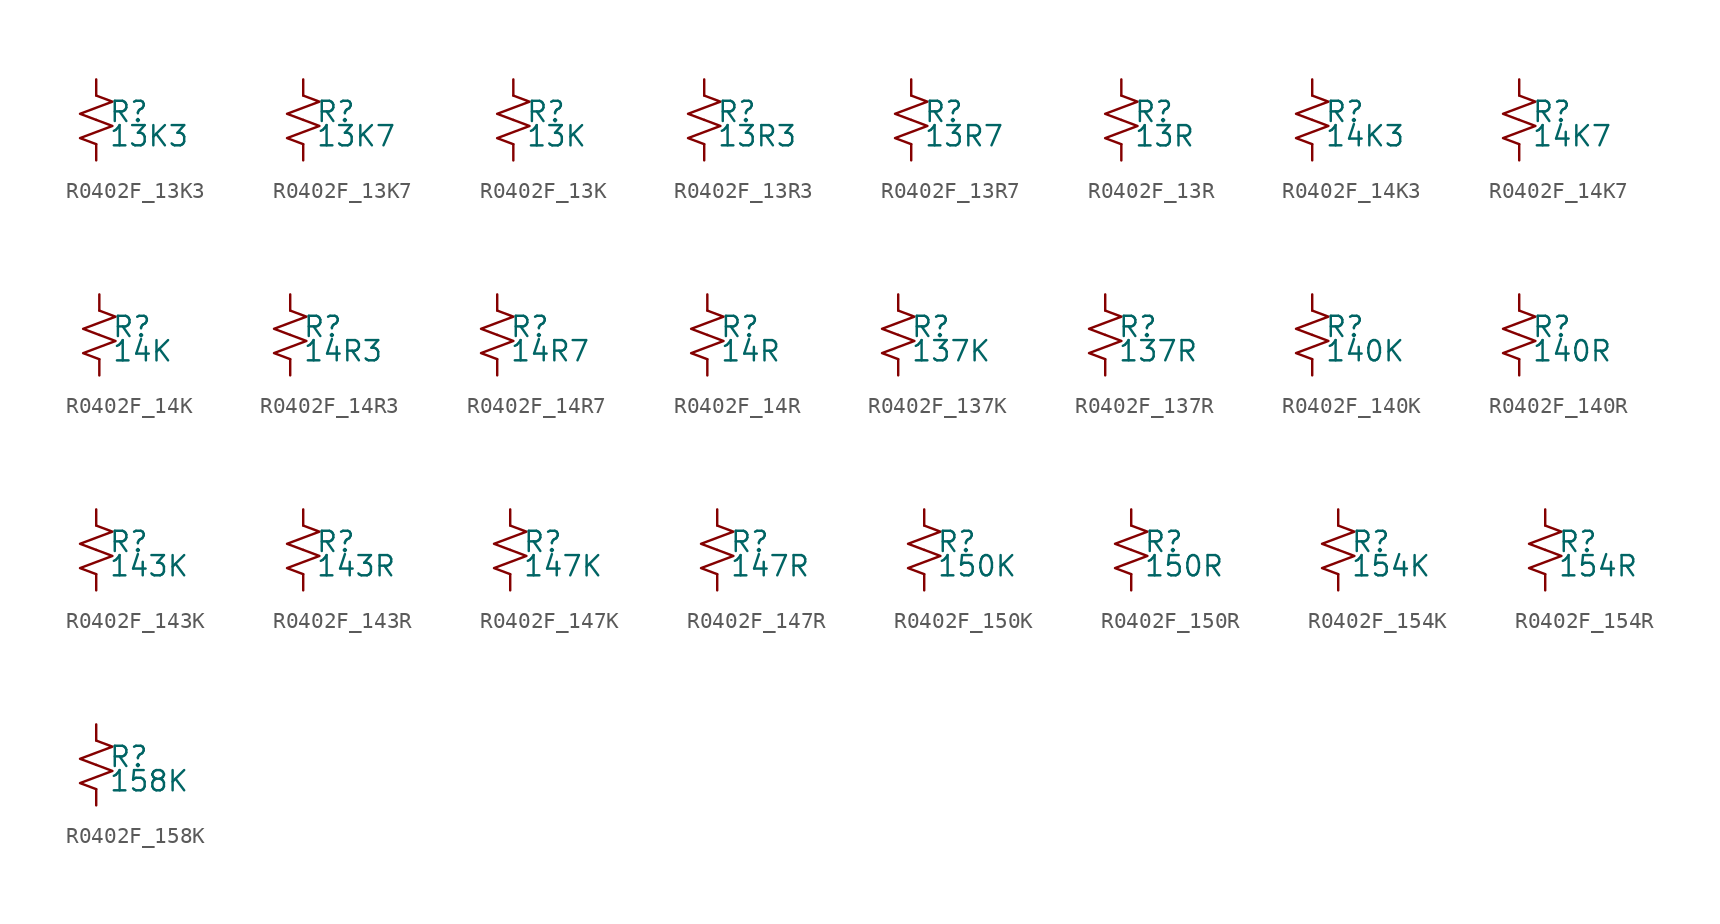
<source format=kicad_sym>
(kicad_symbol_lib
  (version 20220914)
  (generator kicad_symbol_editor)
  (symbol "R0402F_13K3"
    (pin_numbers hide)
    (pin_names
      (offset 0.254) hide)
    (property "Reference" "R"
      (at 0.762 0.508 0)
      (effects (font (size 1.27 1.27)) (justify left)))
    (property "Value" "13K3"
      (at 0.762 -1.016 0)
      (effects (font (size 1.27 1.27)) (justify left)))
    (symbol "R0402F_13K3_1_1"
      (polyline (pts (xy 0 0) (xy 1.016 -0.381) (xy 0 -0.762) (xy -1.016 -1.143) (xy 0 -1.524)) (stroke (width 0) (type default)) (fill (type none)))
      (polyline (pts (xy 0 1.524) (xy 1.016 1.143) (xy 0 0.762) (xy -1.016 0.381) (xy 0 0)) (stroke (width 0) (type default)) (fill (type none)))
      (pin passive line (at 0 2.54 270) (length 1.016) (name "~" (effects (font (size 1.27 1.27)))) (number "1" (effects (font (size 1.27 1.27)))))
      (pin passive line (at 0 -2.54 90) (length 1.016) (name "~" (effects (font (size 1.27 1.27)))) (number "2" (effects (font (size 1.27 1.27)))))))
  (symbol "R0402F_13K7"
    (pin_numbers hide)
    (pin_names
      (offset 0.254) hide)
    (property "Reference" "R"
      (at 0.762 0.508 0)
      (effects (font (size 1.27 1.27)) (justify left)))
    (property "Value" "13K7"
      (at 0.762 -1.016 0)
      (effects (font (size 1.27 1.27)) (justify left)))
    (symbol "R0402F_13K7_1_1"
      (polyline (pts (xy 0 0) (xy 1.016 -0.381) (xy 0 -0.762) (xy -1.016 -1.143) (xy 0 -1.524)) (stroke (width 0) (type default)) (fill (type none)))
      (polyline (pts (xy 0 1.524) (xy 1.016 1.143) (xy 0 0.762) (xy -1.016 0.381) (xy 0 0)) (stroke (width 0) (type default)) (fill (type none)))
      (pin passive line (at 0 2.54 270) (length 1.016) (name "~" (effects (font (size 1.27 1.27)))) (number "1" (effects (font (size 1.27 1.27)))))
      (pin passive line (at 0 -2.54 90) (length 1.016) (name "~" (effects (font (size 1.27 1.27)))) (number "2" (effects (font (size 1.27 1.27)))))))
  (symbol "R0402F_13K"
    (pin_numbers hide)
    (pin_names
      (offset 0.254) hide)
    (property "Reference" "R"
      (at 0.762 0.508 0)
      (effects (font (size 1.27 1.27)) (justify left)))
    (property "Value" "13K"
      (at 0.762 -1.016 0)
      (effects (font (size 1.27 1.27)) (justify left)))
    (symbol "R0402F_13K_1_1"
      (polyline (pts (xy 0 0) (xy 1.016 -0.381) (xy 0 -0.762) (xy -1.016 -1.143) (xy 0 -1.524)) (stroke (width 0) (type default)) (fill (type none)))
      (polyline (pts (xy 0 1.524) (xy 1.016 1.143) (xy 0 0.762) (xy -1.016 0.381) (xy 0 0)) (stroke (width 0) (type default)) (fill (type none)))
      (pin passive line (at 0 2.54 270) (length 1.016) (name "~" (effects (font (size 1.27 1.27)))) (number "1" (effects (font (size 1.27 1.27)))))
      (pin passive line (at 0 -2.54 90) (length 1.016) (name "~" (effects (font (size 1.27 1.27)))) (number "2" (effects (font (size 1.27 1.27)))))))
  (symbol "R0402F_13R3"
    (pin_numbers hide)
    (pin_names
      (offset 0.254) hide)
    (property "Reference" "R"
      (at 0.762 0.508 0)
      (effects (font (size 1.27 1.27)) (justify left)))
    (property "Value" "13R3"
      (at 0.762 -1.016 0)
      (effects (font (size 1.27 1.27)) (justify left)))
    (symbol "R0402F_13R3_1_1"
      (polyline (pts (xy 0 0) (xy 1.016 -0.381) (xy 0 -0.762) (xy -1.016 -1.143) (xy 0 -1.524)) (stroke (width 0) (type default)) (fill (type none)))
      (polyline (pts (xy 0 1.524) (xy 1.016 1.143) (xy 0 0.762) (xy -1.016 0.381) (xy 0 0)) (stroke (width 0) (type default)) (fill (type none)))
      (pin passive line (at 0 2.54 270) (length 1.016) (name "~" (effects (font (size 1.27 1.27)))) (number "1" (effects (font (size 1.27 1.27)))))
      (pin passive line (at 0 -2.54 90) (length 1.016) (name "~" (effects (font (size 1.27 1.27)))) (number "2" (effects (font (size 1.27 1.27)))))))
  (symbol "R0402F_13R7"
    (pin_numbers hide)
    (pin_names
      (offset 0.254) hide)
    (property "Reference" "R"
      (at 0.762 0.508 0)
      (effects (font (size 1.27 1.27)) (justify left)))
    (property "Value" "13R7"
      (at 0.762 -1.016 0)
      (effects (font (size 1.27 1.27)) (justify left)))
    (symbol "R0402F_13R7_1_1"
      (polyline (pts (xy 0 0) (xy 1.016 -0.381) (xy 0 -0.762) (xy -1.016 -1.143) (xy 0 -1.524)) (stroke (width 0) (type default)) (fill (type none)))
      (polyline (pts (xy 0 1.524) (xy 1.016 1.143) (xy 0 0.762) (xy -1.016 0.381) (xy 0 0)) (stroke (width 0) (type default)) (fill (type none)))
      (pin passive line (at 0 2.54 270) (length 1.016) (name "~" (effects (font (size 1.27 1.27)))) (number "1" (effects (font (size 1.27 1.27)))))
      (pin passive line (at 0 -2.54 90) (length 1.016) (name "~" (effects (font (size 1.27 1.27)))) (number "2" (effects (font (size 1.27 1.27)))))))
  (symbol "R0402F_13R"
    (pin_numbers hide)
    (pin_names
      (offset 0.254) hide)
    (property "Reference" "R"
      (at 0.762 0.508 0)
      (effects (font (size 1.27 1.27)) (justify left)))
    (property "Value" "13R"
      (at 0.762 -1.016 0)
      (effects (font (size 1.27 1.27)) (justify left)))
    (symbol "R0402F_13R_1_1"
      (polyline (pts (xy 0 0) (xy 1.016 -0.381) (xy 0 -0.762) (xy -1.016 -1.143) (xy 0 -1.524)) (stroke (width 0) (type default)) (fill (type none)))
      (polyline (pts (xy 0 1.524) (xy 1.016 1.143) (xy 0 0.762) (xy -1.016 0.381) (xy 0 0)) (stroke (width 0) (type default)) (fill (type none)))
      (pin passive line (at 0 2.54 270) (length 1.016) (name "~" (effects (font (size 1.27 1.27)))) (number "1" (effects (font (size 1.27 1.27)))))
      (pin passive line (at 0 -2.54 90) (length 1.016) (name "~" (effects (font (size 1.27 1.27)))) (number "2" (effects (font (size 1.27 1.27)))))))
  (symbol "R0402F_14K3"
    (pin_numbers hide)
    (pin_names
      (offset 0.254) hide)
    (property "Reference" "R"
      (at 0.762 0.508 0)
      (effects (font (size 1.27 1.27)) (justify left)))
    (property "Value" "14K3"
      (at 0.762 -1.016 0)
      (effects (font (size 1.27 1.27)) (justify left)))
    (symbol "R0402F_14K3_1_1"
      (polyline (pts (xy 0 0) (xy 1.016 -0.381) (xy 0 -0.762) (xy -1.016 -1.143) (xy 0 -1.524)) (stroke (width 0) (type default)) (fill (type none)))
      (polyline (pts (xy 0 1.524) (xy 1.016 1.143) (xy 0 0.762) (xy -1.016 0.381) (xy 0 0)) (stroke (width 0) (type default)) (fill (type none)))
      (pin passive line (at 0 2.54 270) (length 1.016) (name "~" (effects (font (size 1.27 1.27)))) (number "1" (effects (font (size 1.27 1.27)))))
      (pin passive line (at 0 -2.54 90) (length 1.016) (name "~" (effects (font (size 1.27 1.27)))) (number "2" (effects (font (size 1.27 1.27)))))))
  (symbol "R0402F_14K7"
    (pin_numbers hide)
    (pin_names
      (offset 0.254) hide)
    (property "Reference" "R"
      (at 0.762 0.508 0)
      (effects (font (size 1.27 1.27)) (justify left)))
    (property "Value" "14K7"
      (at 0.762 -1.016 0)
      (effects (font (size 1.27 1.27)) (justify left)))
    (symbol "R0402F_14K7_1_1"
      (polyline (pts (xy 0 0) (xy 1.016 -0.381) (xy 0 -0.762) (xy -1.016 -1.143) (xy 0 -1.524)) (stroke (width 0) (type default)) (fill (type none)))
      (polyline (pts (xy 0 1.524) (xy 1.016 1.143) (xy 0 0.762) (xy -1.016 0.381) (xy 0 0)) (stroke (width 0) (type default)) (fill (type none)))
      (pin passive line (at 0 2.54 270) (length 1.016) (name "~" (effects (font (size 1.27 1.27)))) (number "1" (effects (font (size 1.27 1.27)))))
      (pin passive line (at 0 -2.54 90) (length 1.016) (name "~" (effects (font (size 1.27 1.27)))) (number "2" (effects (font (size 1.27 1.27)))))))
  (symbol "R0402F_14K"
    (pin_numbers hide)
    (pin_names
      (offset 0.254) hide)
    (property "Reference" "R"
      (at 0.762 0.508 0)
      (effects (font (size 1.27 1.27)) (justify left)))
    (property "Value" "14K"
      (at 0.762 -1.016 0)
      (effects (font (size 1.27 1.27)) (justify left)))
    (symbol "R0402F_14K_1_1"
      (polyline (pts (xy 0 0) (xy 1.016 -0.381) (xy 0 -0.762) (xy -1.016 -1.143) (xy 0 -1.524)) (stroke (width 0) (type default)) (fill (type none)))
      (polyline (pts (xy 0 1.524) (xy 1.016 1.143) (xy 0 0.762) (xy -1.016 0.381) (xy 0 0)) (stroke (width 0) (type default)) (fill (type none)))
      (pin passive line (at 0 2.54 270) (length 1.016) (name "~" (effects (font (size 1.27 1.27)))) (number "1" (effects (font (size 1.27 1.27)))))
      (pin passive line (at 0 -2.54 90) (length 1.016) (name "~" (effects (font (size 1.27 1.27)))) (number "2" (effects (font (size 1.27 1.27)))))))
  (symbol "R0402F_14R3"
    (pin_numbers hide)
    (pin_names
      (offset 0.254) hide)
    (property "Reference" "R"
      (at 0.762 0.508 0)
      (effects (font (size 1.27 1.27)) (justify left)))
    (property "Value" "14R3"
      (at 0.762 -1.016 0)
      (effects (font (size 1.27 1.27)) (justify left)))
    (symbol "R0402F_14R3_1_1"
      (polyline (pts (xy 0 0) (xy 1.016 -0.381) (xy 0 -0.762) (xy -1.016 -1.143) (xy 0 -1.524)) (stroke (width 0) (type default)) (fill (type none)))
      (polyline (pts (xy 0 1.524) (xy 1.016 1.143) (xy 0 0.762) (xy -1.016 0.381) (xy 0 0)) (stroke (width 0) (type default)) (fill (type none)))
      (pin passive line (at 0 2.54 270) (length 1.016) (name "~" (effects (font (size 1.27 1.27)))) (number "1" (effects (font (size 1.27 1.27)))))
      (pin passive line (at 0 -2.54 90) (length 1.016) (name "~" (effects (font (size 1.27 1.27)))) (number "2" (effects (font (size 1.27 1.27)))))))
  (symbol "R0402F_14R7"
    (pin_numbers hide)
    (pin_names
      (offset 0.254) hide)
    (property "Reference" "R"
      (at 0.762 0.508 0)
      (effects (font (size 1.27 1.27)) (justify left)))
    (property "Value" "14R7"
      (at 0.762 -1.016 0)
      (effects (font (size 1.27 1.27)) (justify left)))
    (symbol "R0402F_14R7_1_1"
      (polyline (pts (xy 0 0) (xy 1.016 -0.381) (xy 0 -0.762) (xy -1.016 -1.143) (xy 0 -1.524)) (stroke (width 0) (type default)) (fill (type none)))
      (polyline (pts (xy 0 1.524) (xy 1.016 1.143) (xy 0 0.762) (xy -1.016 0.381) (xy 0 0)) (stroke (width 0) (type default)) (fill (type none)))
      (pin passive line (at 0 2.54 270) (length 1.016) (name "~" (effects (font (size 1.27 1.27)))) (number "1" (effects (font (size 1.27 1.27)))))
      (pin passive line (at 0 -2.54 90) (length 1.016) (name "~" (effects (font (size 1.27 1.27)))) (number "2" (effects (font (size 1.27 1.27)))))))
  (symbol "R0402F_14R"
    (pin_numbers hide)
    (pin_names
      (offset 0.254) hide)
    (property "Reference" "R"
      (at 0.762 0.508 0)
      (effects (font (size 1.27 1.27)) (justify left)))
    (property "Value" "14R"
      (at 0.762 -1.016 0)
      (effects (font (size 1.27 1.27)) (justify left)))
    (symbol "R0402F_14R_1_1"
      (polyline (pts (xy 0 0) (xy 1.016 -0.381) (xy 0 -0.762) (xy -1.016 -1.143) (xy 0 -1.524)) (stroke (width 0) (type default)) (fill (type none)))
      (polyline (pts (xy 0 1.524) (xy 1.016 1.143) (xy 0 0.762) (xy -1.016 0.381) (xy 0 0)) (stroke (width 0) (type default)) (fill (type none)))
      (pin passive line (at 0 2.54 270) (length 1.016) (name "~" (effects (font (size 1.27 1.27)))) (number "1" (effects (font (size 1.27 1.27)))))
      (pin passive line (at 0 -2.54 90) (length 1.016) (name "~" (effects (font (size 1.27 1.27)))) (number "2" (effects (font (size 1.27 1.27)))))))
  (symbol "R0402F_137K"
    (pin_numbers hide)
    (pin_names
      (offset 0.254) hide)
    (property "Reference" "R"
      (at 0.762 0.508 0)
      (effects (font (size 1.27 1.27)) (justify left)))
    (property "Value" "137K"
      (at 0.762 -1.016 0)
      (effects (font (size 1.27 1.27)) (justify left)))
    (symbol "R0402F_137K_1_1"
      (polyline (pts (xy 0 0) (xy 1.016 -0.381) (xy 0 -0.762) (xy -1.016 -1.143) (xy 0 -1.524)) (stroke (width 0) (type default)) (fill (type none)))
      (polyline (pts (xy 0 1.524) (xy 1.016 1.143) (xy 0 0.762) (xy -1.016 0.381) (xy 0 0)) (stroke (width 0) (type default)) (fill (type none)))
      (pin passive line (at 0 2.54 270) (length 1.016) (name "~" (effects (font (size 1.27 1.27)))) (number "1" (effects (font (size 1.27 1.27)))))
      (pin passive line (at 0 -2.54 90) (length 1.016) (name "~" (effects (font (size 1.27 1.27)))) (number "2" (effects (font (size 1.27 1.27)))))))
  (symbol "R0402F_137R"
    (pin_numbers hide)
    (pin_names
      (offset 0.254) hide)
    (property "Reference" "R"
      (at 0.762 0.508 0)
      (effects (font (size 1.27 1.27)) (justify left)))
    (property "Value" "137R"
      (at 0.762 -1.016 0)
      (effects (font (size 1.27 1.27)) (justify left)))
    (symbol "R0402F_137R_1_1"
      (polyline (pts (xy 0 0) (xy 1.016 -0.381) (xy 0 -0.762) (xy -1.016 -1.143) (xy 0 -1.524)) (stroke (width 0) (type default)) (fill (type none)))
      (polyline (pts (xy 0 1.524) (xy 1.016 1.143) (xy 0 0.762) (xy -1.016 0.381) (xy 0 0)) (stroke (width 0) (type default)) (fill (type none)))
      (pin passive line (at 0 2.54 270) (length 1.016) (name "~" (effects (font (size 1.27 1.27)))) (number "1" (effects (font (size 1.27 1.27)))))
      (pin passive line (at 0 -2.54 90) (length 1.016) (name "~" (effects (font (size 1.27 1.27)))) (number "2" (effects (font (size 1.27 1.27)))))))
  (symbol "R0402F_140K"
    (pin_numbers hide)
    (pin_names
      (offset 0.254) hide)
    (property "Reference" "R"
      (at 0.762 0.508 0)
      (effects (font (size 1.27 1.27)) (justify left)))
    (property "Value" "140K"
      (at 0.762 -1.016 0)
      (effects (font (size 1.27 1.27)) (justify left)))
    (symbol "R0402F_140K_1_1"
      (polyline (pts (xy 0 0) (xy 1.016 -0.381) (xy 0 -0.762) (xy -1.016 -1.143) (xy 0 -1.524)) (stroke (width 0) (type default)) (fill (type none)))
      (polyline (pts (xy 0 1.524) (xy 1.016 1.143) (xy 0 0.762) (xy -1.016 0.381) (xy 0 0)) (stroke (width 0) (type default)) (fill (type none)))
      (pin passive line (at 0 2.54 270) (length 1.016) (name "~" (effects (font (size 1.27 1.27)))) (number "1" (effects (font (size 1.27 1.27)))))
      (pin passive line (at 0 -2.54 90) (length 1.016) (name "~" (effects (font (size 1.27 1.27)))) (number "2" (effects (font (size 1.27 1.27)))))))
  (symbol "R0402F_140R"
    (pin_numbers hide)
    (pin_names
      (offset 0.254) hide)
    (property "Reference" "R"
      (at 0.762 0.508 0)
      (effects (font (size 1.27 1.27)) (justify left)))
    (property "Value" "140R"
      (at 0.762 -1.016 0)
      (effects (font (size 1.27 1.27)) (justify left)))
    (symbol "R0402F_140R_1_1"
      (polyline (pts (xy 0 0) (xy 1.016 -0.381) (xy 0 -0.762) (xy -1.016 -1.143) (xy 0 -1.524)) (stroke (width 0) (type default)) (fill (type none)))
      (polyline (pts (xy 0 1.524) (xy 1.016 1.143) (xy 0 0.762) (xy -1.016 0.381) (xy 0 0)) (stroke (width 0) (type default)) (fill (type none)))
      (pin passive line (at 0 2.54 270) (length 1.016) (name "~" (effects (font (size 1.27 1.27)))) (number "1" (effects (font (size 1.27 1.27)))))
      (pin passive line (at 0 -2.54 90) (length 1.016) (name "~" (effects (font (size 1.27 1.27)))) (number "2" (effects (font (size 1.27 1.27)))))))
  (symbol "R0402F_143K"
    (pin_numbers hide)
    (pin_names
      (offset 0.254) hide)
    (property "Reference" "R"
      (at 0.762 0.508 0)
      (effects (font (size 1.27 1.27)) (justify left)))
    (property "Value" "143K"
      (at 0.762 -1.016 0)
      (effects (font (size 1.27 1.27)) (justify left)))
    (symbol "R0402F_143K_1_1"
      (polyline (pts (xy 0 0) (xy 1.016 -0.381) (xy 0 -0.762) (xy -1.016 -1.143) (xy 0 -1.524)) (stroke (width 0) (type default)) (fill (type none)))
      (polyline (pts (xy 0 1.524) (xy 1.016 1.143) (xy 0 0.762) (xy -1.016 0.381) (xy 0 0)) (stroke (width 0) (type default)) (fill (type none)))
      (pin passive line (at 0 2.54 270) (length 1.016) (name "~" (effects (font (size 1.27 1.27)))) (number "1" (effects (font (size 1.27 1.27)))))
      (pin passive line (at 0 -2.54 90) (length 1.016) (name "~" (effects (font (size 1.27 1.27)))) (number "2" (effects (font (size 1.27 1.27)))))))
  (symbol "R0402F_143R"
    (pin_numbers hide)
    (pin_names
      (offset 0.254) hide)
    (property "Reference" "R"
      (at 0.762 0.508 0)
      (effects (font (size 1.27 1.27)) (justify left)))
    (property "Value" "143R"
      (at 0.762 -1.016 0)
      (effects (font (size 1.27 1.27)) (justify left)))
    (symbol "R0402F_143R_1_1"
      (polyline (pts (xy 0 0) (xy 1.016 -0.381) (xy 0 -0.762) (xy -1.016 -1.143) (xy 0 -1.524)) (stroke (width 0) (type default)) (fill (type none)))
      (polyline (pts (xy 0 1.524) (xy 1.016 1.143) (xy 0 0.762) (xy -1.016 0.381) (xy 0 0)) (stroke (width 0) (type default)) (fill (type none)))
      (pin passive line (at 0 2.54 270) (length 1.016) (name "~" (effects (font (size 1.27 1.27)))) (number "1" (effects (font (size 1.27 1.27)))))
      (pin passive line (at 0 -2.54 90) (length 1.016) (name "~" (effects (font (size 1.27 1.27)))) (number "2" (effects (font (size 1.27 1.27)))))))
  (symbol "R0402F_147K"
    (pin_numbers hide)
    (pin_names
      (offset 0.254) hide)
    (property "Reference" "R"
      (at 0.762 0.508 0)
      (effects (font (size 1.27 1.27)) (justify left)))
    (property "Value" "147K"
      (at 0.762 -1.016 0)
      (effects (font (size 1.27 1.27)) (justify left)))
    (symbol "R0402F_147K_1_1"
      (polyline (pts (xy 0 0) (xy 1.016 -0.381) (xy 0 -0.762) (xy -1.016 -1.143) (xy 0 -1.524)) (stroke (width 0) (type default)) (fill (type none)))
      (polyline (pts (xy 0 1.524) (xy 1.016 1.143) (xy 0 0.762) (xy -1.016 0.381) (xy 0 0)) (stroke (width 0) (type default)) (fill (type none)))
      (pin passive line (at 0 2.54 270) (length 1.016) (name "~" (effects (font (size 1.27 1.27)))) (number "1" (effects (font (size 1.27 1.27)))))
      (pin passive line (at 0 -2.54 90) (length 1.016) (name "~" (effects (font (size 1.27 1.27)))) (number "2" (effects (font (size 1.27 1.27)))))))
  (symbol "R0402F_147R"
    (pin_numbers hide)
    (pin_names
      (offset 0.254) hide)
    (property "Reference" "R"
      (at 0.762 0.508 0)
      (effects (font (size 1.27 1.27)) (justify left)))
    (property "Value" "147R"
      (at 0.762 -1.016 0)
      (effects (font (size 1.27 1.27)) (justify left)))
    (symbol "R0402F_147R_1_1"
      (polyline (pts (xy 0 0) (xy 1.016 -0.381) (xy 0 -0.762) (xy -1.016 -1.143) (xy 0 -1.524)) (stroke (width 0) (type default)) (fill (type none)))
      (polyline (pts (xy 0 1.524) (xy 1.016 1.143) (xy 0 0.762) (xy -1.016 0.381) (xy 0 0)) (stroke (width 0) (type default)) (fill (type none)))
      (pin passive line (at 0 2.54 270) (length 1.016) (name "~" (effects (font (size 1.27 1.27)))) (number "1" (effects (font (size 1.27 1.27)))))
      (pin passive line (at 0 -2.54 90) (length 1.016) (name "~" (effects (font (size 1.27 1.27)))) (number "2" (effects (font (size 1.27 1.27)))))))
  (symbol "R0402F_150K"
    (pin_numbers hide)
    (pin_names
      (offset 0.254) hide)
    (property "Reference" "R"
      (at 0.762 0.508 0)
      (effects (font (size 1.27 1.27)) (justify left)))
    (property "Value" "150K"
      (at 0.762 -1.016 0)
      (effects (font (size 1.27 1.27)) (justify left)))
    (symbol "R0402F_150K_1_1"
      (polyline (pts (xy 0 0) (xy 1.016 -0.381) (xy 0 -0.762) (xy -1.016 -1.143) (xy 0 -1.524)) (stroke (width 0) (type default)) (fill (type none)))
      (polyline (pts (xy 0 1.524) (xy 1.016 1.143) (xy 0 0.762) (xy -1.016 0.381) (xy 0 0)) (stroke (width 0) (type default)) (fill (type none)))
      (pin passive line (at 0 2.54 270) (length 1.016) (name "~" (effects (font (size 1.27 1.27)))) (number "1" (effects (font (size 1.27 1.27)))))
      (pin passive line (at 0 -2.54 90) (length 1.016) (name "~" (effects (font (size 1.27 1.27)))) (number "2" (effects (font (size 1.27 1.27)))))))
  (symbol "R0402F_150R"
    (pin_numbers hide)
    (pin_names
      (offset 0.254) hide)
    (property "Reference" "R"
      (at 0.762 0.508 0)
      (effects (font (size 1.27 1.27)) (justify left)))
    (property "Value" "150R"
      (at 0.762 -1.016 0)
      (effects (font (size 1.27 1.27)) (justify left)))
    (symbol "R0402F_150R_1_1"
      (polyline (pts (xy 0 0) (xy 1.016 -0.381) (xy 0 -0.762) (xy -1.016 -1.143) (xy 0 -1.524)) (stroke (width 0) (type default)) (fill (type none)))
      (polyline (pts (xy 0 1.524) (xy 1.016 1.143) (xy 0 0.762) (xy -1.016 0.381) (xy 0 0)) (stroke (width 0) (type default)) (fill (type none)))
      (pin passive line (at 0 2.54 270) (length 1.016) (name "~" (effects (font (size 1.27 1.27)))) (number "1" (effects (font (size 1.27 1.27)))))
      (pin passive line (at 0 -2.54 90) (length 1.016) (name "~" (effects (font (size 1.27 1.27)))) (number "2" (effects (font (size 1.27 1.27)))))))
  (symbol "R0402F_154K"
    (pin_numbers hide)
    (pin_names
      (offset 0.254) hide)
    (property "Reference" "R"
      (at 0.762 0.508 0)
      (effects (font (size 1.27 1.27)) (justify left)))
    (property "Value" "154K"
      (at 0.762 -1.016 0)
      (effects (font (size 1.27 1.27)) (justify left)))
    (symbol "R0402F_154K_1_1"
      (polyline (pts (xy 0 0) (xy 1.016 -0.381) (xy 0 -0.762) (xy -1.016 -1.143) (xy 0 -1.524)) (stroke (width 0) (type default)) (fill (type none)))
      (polyline (pts (xy 0 1.524) (xy 1.016 1.143) (xy 0 0.762) (xy -1.016 0.381) (xy 0 0)) (stroke (width 0) (type default)) (fill (type none)))
      (pin passive line (at 0 2.54 270) (length 1.016) (name "~" (effects (font (size 1.27 1.27)))) (number "1" (effects (font (size 1.27 1.27)))))
      (pin passive line (at 0 -2.54 90) (length 1.016) (name "~" (effects (font (size 1.27 1.27)))) (number "2" (effects (font (size 1.27 1.27)))))))
  (symbol "R0402F_154R"
    (pin_numbers hide)
    (pin_names
      (offset 0.254) hide)
    (property "Reference" "R"
      (at 0.762 0.508 0)
      (effects (font (size 1.27 1.27)) (justify left)))
    (property "Value" "154R"
      (at 0.762 -1.016 0)
      (effects (font (size 1.27 1.27)) (justify left)))
    (symbol "R0402F_154R_1_1"
      (polyline (pts (xy 0 0) (xy 1.016 -0.381) (xy 0 -0.762) (xy -1.016 -1.143) (xy 0 -1.524)) (stroke (width 0) (type default)) (fill (type none)))
      (polyline (pts (xy 0 1.524) (xy 1.016 1.143) (xy 0 0.762) (xy -1.016 0.381) (xy 0 0)) (stroke (width 0) (type default)) (fill (type none)))
      (pin passive line (at 0 2.54 270) (length 1.016) (name "~" (effects (font (size 1.27 1.27)))) (number "1" (effects (font (size 1.27 1.27)))))
      (pin passive line (at 0 -2.54 90) (length 1.016) (name "~" (effects (font (size 1.27 1.27)))) (number "2" (effects (font (size 1.27 1.27)))))))
  (symbol "R0402F_158K"
    (pin_numbers hide)
    (pin_names
      (offset 0.254) hide)
    (property "Reference" "R"
      (at 0.762 0.508 0)
      (effects (font (size 1.27 1.27)) (justify left)))
    (property "Value" "158K"
      (at 0.762 -1.016 0)
      (effects (font (size 1.27 1.27)) (justify left)))
    (symbol "R0402F_158K_1_1"
      (polyline (pts (xy 0 0) (xy 1.016 -0.381) (xy 0 -0.762) (xy -1.016 -1.143) (xy 0 -1.524)) (stroke (width 0) (type default)) (fill (type none)))
      (polyline (pts (xy 0 1.524) (xy 1.016 1.143) (xy 0 0.762) (xy -1.016 0.381) (xy 0 0)) (stroke (width 0) (type default)) (fill (type none)))
      (pin passive line (at 0 2.54 270) (length 1.016) (name "~" (effects (font (size 1.27 1.27)))) (number "1" (effects (font (size 1.27 1.27)))))
      (pin passive line (at 0 -2.54 90) (length 1.016) (name "~" (effects (font (size 1.27 1.27)))) (number "2" (effects (font (size 1.27 1.27))))))))
</source>
